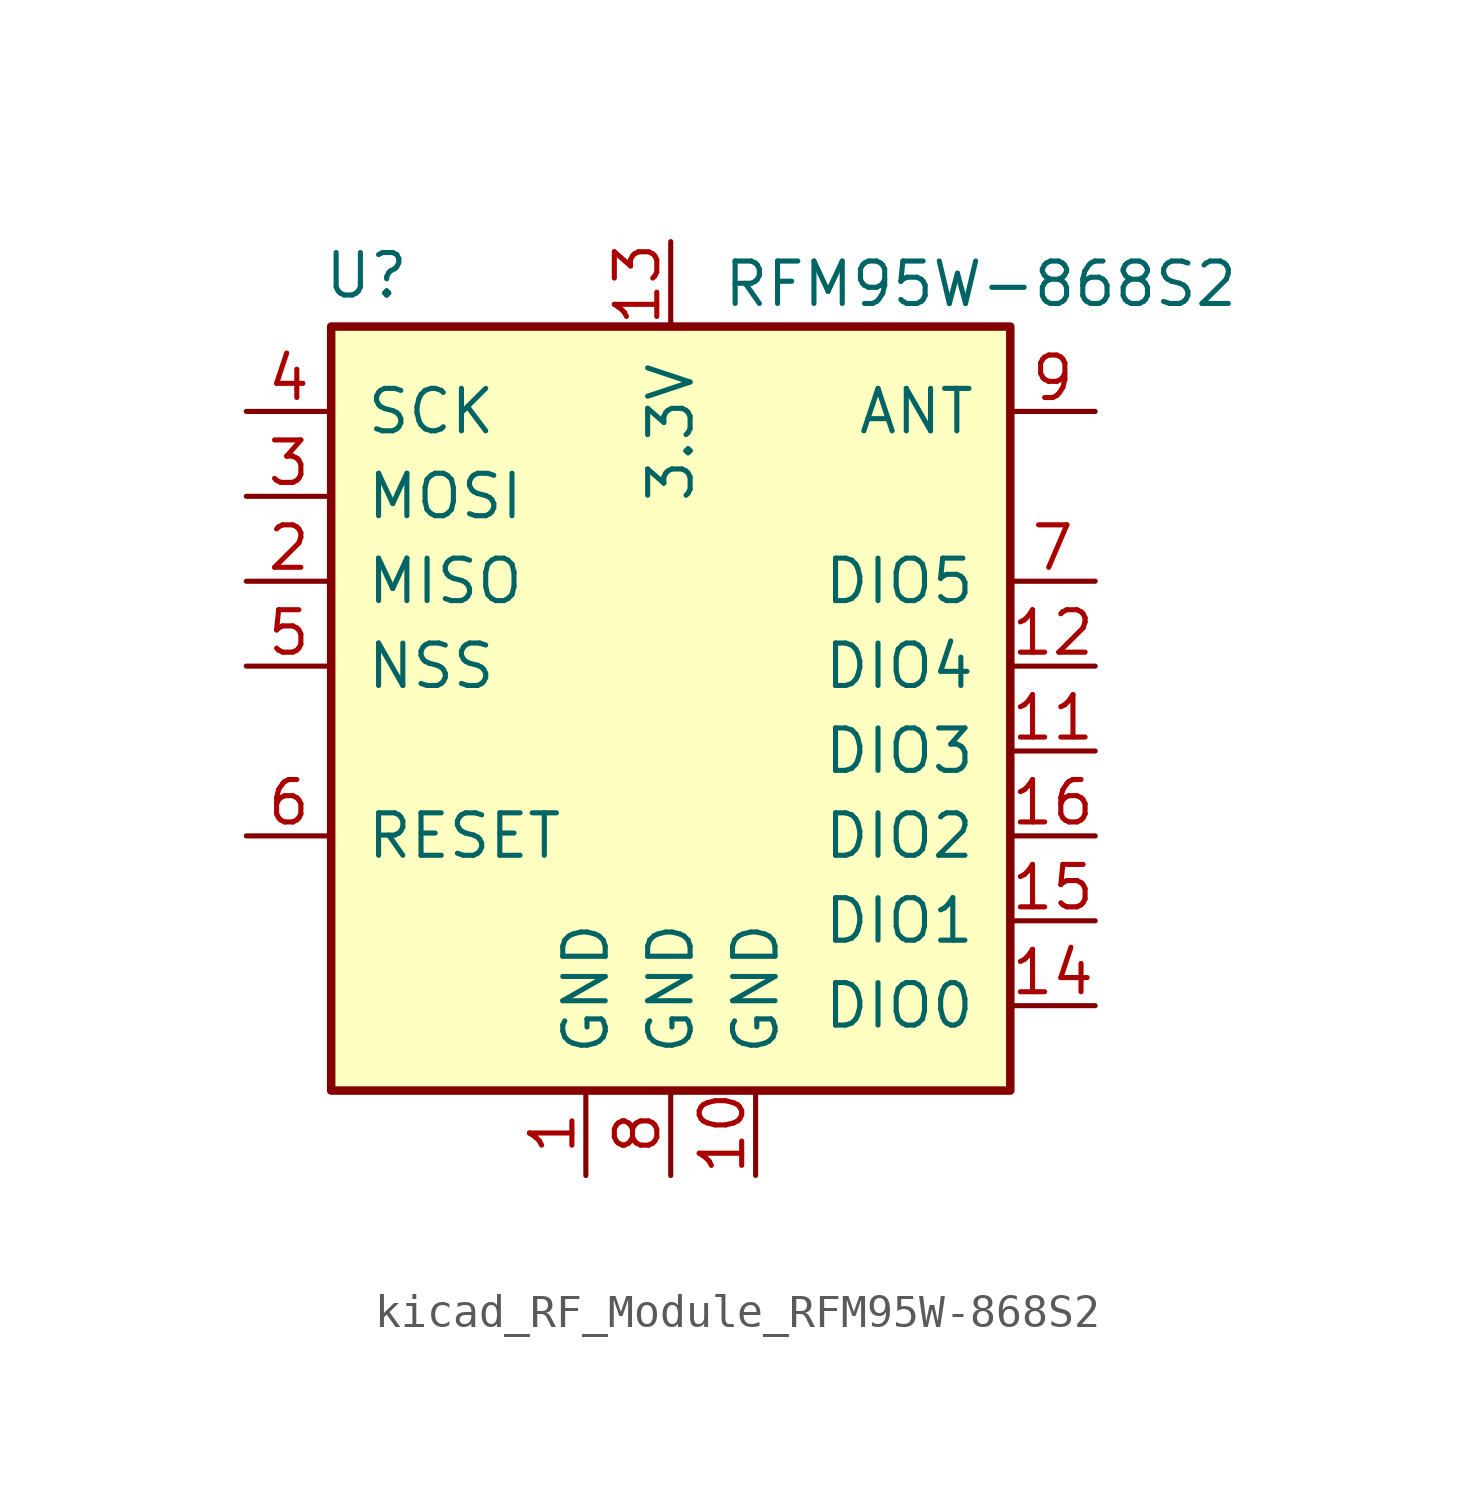
<source format=kicad_sym>
(kicad_symbol_lib
  (version 20220914)
  (generator kicad_symbol_editor)
  (symbol "kicad_RF_Module_RFM95W-868S2"
    (pin_names
      (offset 1.016))
    (property "Reference" "U"
      (at -10.414 11.684 0)
      (effects (font (size 1.27 1.27)) (justify left)))
    (property "Value" "RFM95W-868S2"
      (at 1.524 11.43 0)
      (effects (font (size 1.27 1.27)) (justify left)))
    (symbol "kicad_RF_Module_RFM95W-868S2_0_1"
      (rectangle (start -10.16 10.16) (end 10.16 -12.7) (stroke (width 0.254) (type default)) (fill (type background))))
    (symbol "kicad_RF_Module_RFM95W-868S2_1_1"
      (pin power_in line (at -2.54 -15.24 90) (length 2.54) (name "GND" (effects (font (size 1.27 1.27)))) (number "1" (effects (font (size 1.27 1.27)))))
      (pin power_in line (at 2.54 -15.24 90) (length 2.54) (name "GND" (effects (font (size 1.27 1.27)))) (number "10" (effects (font (size 1.27 1.27)))))
      (pin bidirectional line (at 12.7 -2.54 180) (length 2.54) (name "DIO3" (effects (font (size 1.27 1.27)))) (number "11" (effects (font (size 1.27 1.27)))))
      (pin bidirectional line (at 12.7 0 180) (length 2.54) (name "DIO4" (effects (font (size 1.27 1.27)))) (number "12" (effects (font (size 1.27 1.27)))))
      (pin power_in line (at 0 12.7 270) (length 2.54) (name "3.3V" (effects (font (size 1.27 1.27)))) (number "13" (effects (font (size 1.27 1.27)))))
      (pin bidirectional line (at 12.7 -10.16 180) (length 2.54) (name "DIO0" (effects (font (size 1.27 1.27)))) (number "14" (effects (font (size 1.27 1.27)))))
      (pin bidirectional line (at 12.7 -7.62 180) (length 2.54) (name "DIO1" (effects (font (size 1.27 1.27)))) (number "15" (effects (font (size 1.27 1.27)))))
      (pin bidirectional line (at 12.7 -5.08 180) (length 2.54) (name "DIO2" (effects (font (size 1.27 1.27)))) (number "16" (effects (font (size 1.27 1.27)))))
      (pin output line (at -12.7 2.54 0) (length 2.54) (name "MISO" (effects (font (size 1.27 1.27)))) (number "2" (effects (font (size 1.27 1.27)))))
      (pin input line (at -12.7 5.08 0) (length 2.54) (name "MOSI" (effects (font (size 1.27 1.27)))) (number "3" (effects (font (size 1.27 1.27)))))
      (pin input line (at -12.7 7.62 0) (length 2.54) (name "SCK" (effects (font (size 1.27 1.27)))) (number "4" (effects (font (size 1.27 1.27)))))
      (pin input line (at -12.7 0 0) (length 2.54) (name "NSS" (effects (font (size 1.27 1.27)))) (number "5" (effects (font (size 1.27 1.27)))))
      (pin bidirectional line (at -12.7 -5.08 0) (length 2.54) (name "RESET" (effects (font (size 1.27 1.27)))) (number "6" (effects (font (size 1.27 1.27)))))
      (pin bidirectional line (at 12.7 2.54 180) (length 2.54) (name "DIO5" (effects (font (size 1.27 1.27)))) (number "7" (effects (font (size 1.27 1.27)))))
      (pin power_in line (at 0 -15.24 90) (length 2.54) (name "GND" (effects (font (size 1.27 1.27)))) (number "8" (effects (font (size 1.27 1.27)))))
      (pin bidirectional line (at 12.7 7.62 180) (length 2.54) (name "ANT" (effects (font (size 1.27 1.27)))) (number "9" (effects (font (size 1.27 1.27))))))))
</source>
